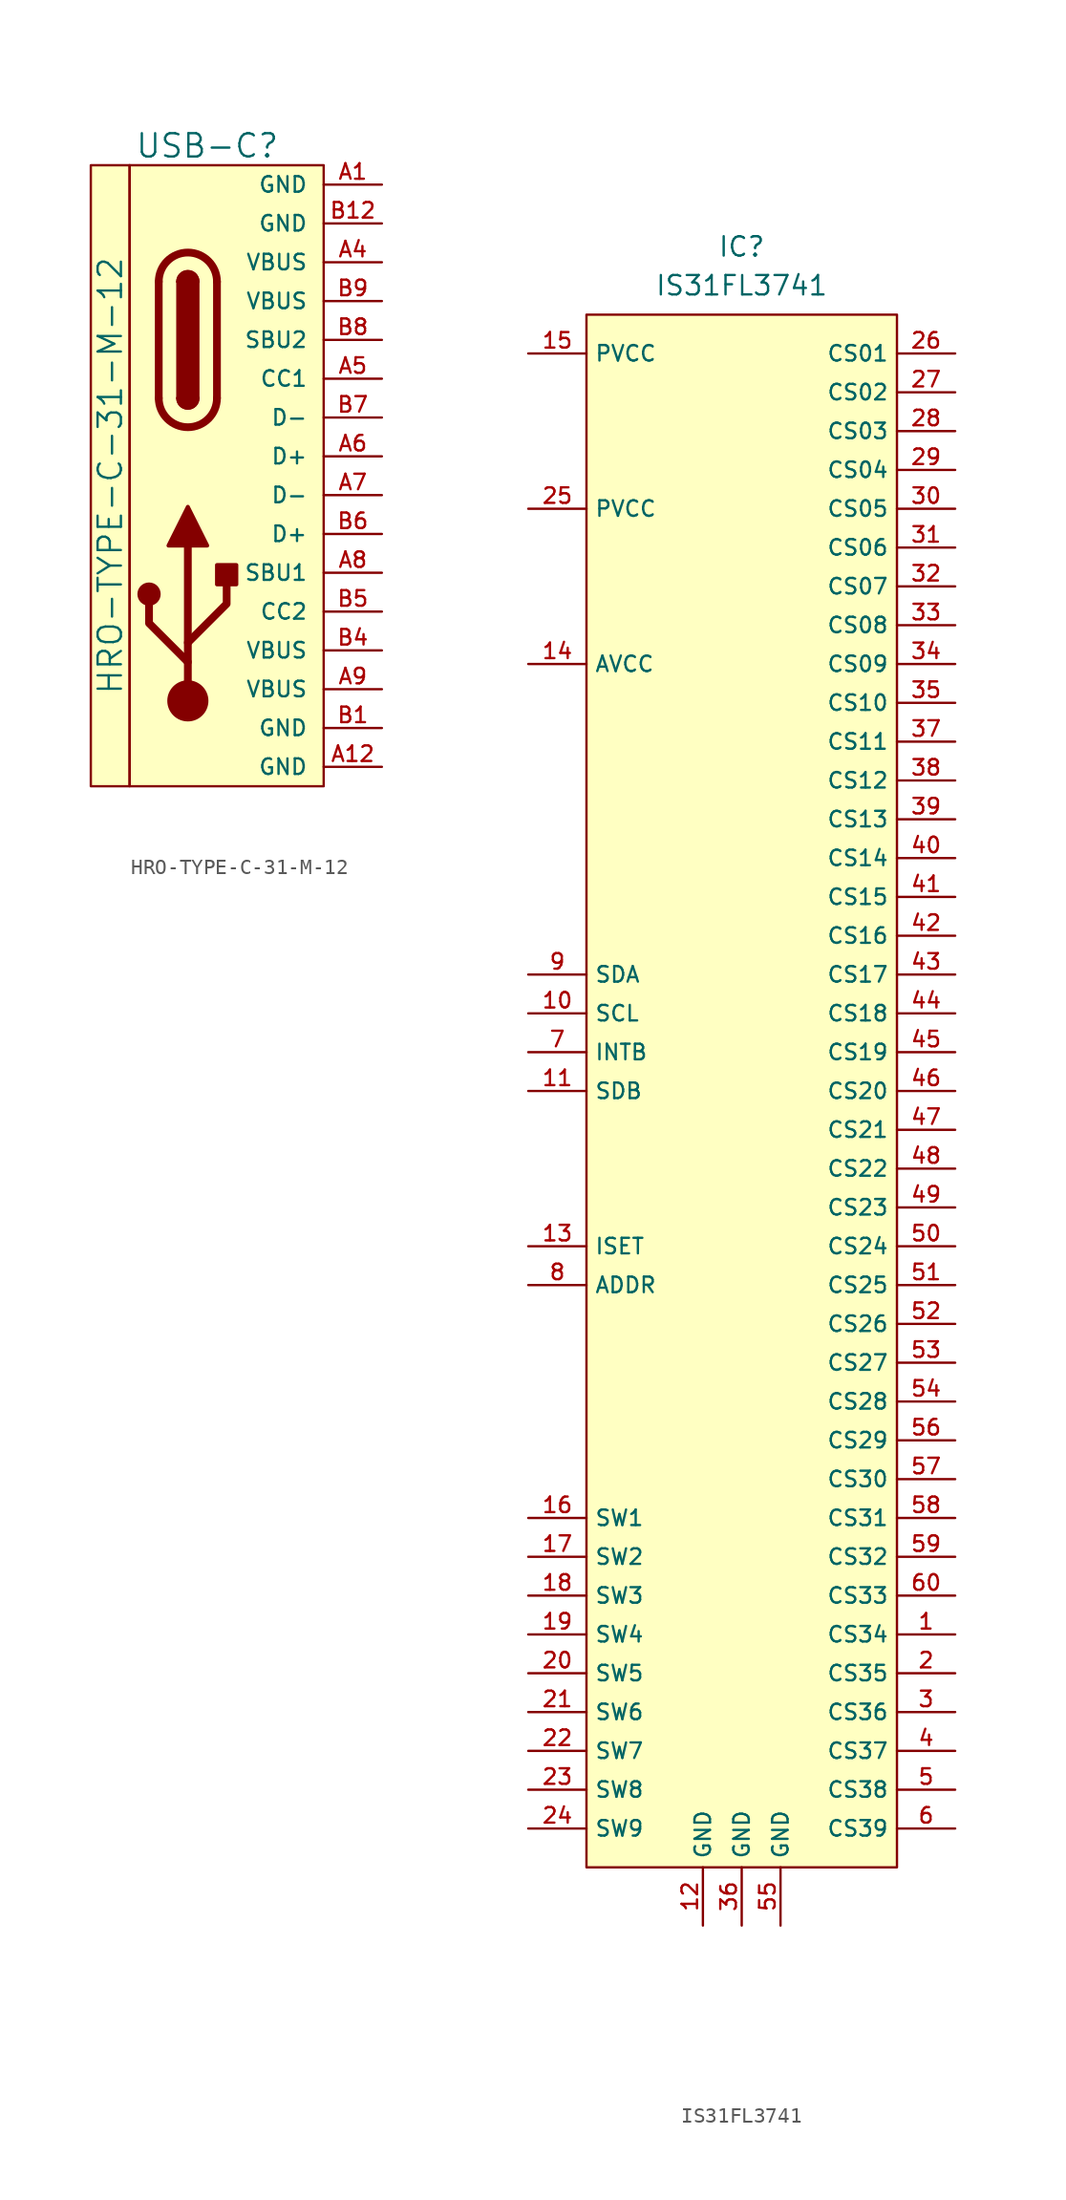
<source format=kicad_sym>
(kicad_symbol_lib
  (version 20211014)
  (generator kicad_symbol_editor)
  (symbol "HRO-TYPE-C-31-M-12"
    (pin_names
      (offset 1.016))
    (property "Reference" "USB-C"
      (at 0 21.59 0)
      (effects (font (size 1.524 1.524))))
    (property "Value" "HRO-TYPE-C-31-M-12"
      (at -6.35 0 90)
      (effects (font (size 1.524 1.524))))
    (symbol "HRO-TYPE-C-31-M-12_0_1"
      (rectangle (start -7.62 20.32) (end -5.08 -20.32) (stroke (width 0) (type default) (color 0 0 0 0)) (fill (type background)))
      (rectangle (start -5.08 20.32) (end 7.62 -20.32) (stroke (width 0) (type default) (color 0 0 0 0)) (fill (type background)))
      (arc (start -3.175 5.08) (mid -1.27 3.175) (end 0.635 5.08) (stroke (width 0.508) (type default) (color 0 0 0 0)) (fill (type none)))
      (arc (start -1.905 5.08) (mid -1.27 4.445) (end -0.635 5.08) (stroke (width 0.254) (type default) (color 0 0 0 0)) (fill (type none)))
      (arc (start -1.905 5.08) (mid -1.27 4.445) (end -0.635 5.08) (stroke (width 0.254) (type default) (color 0 0 0 0)) (fill (type outline)))
      (rectangle (start -1.905 5.08) (end -0.635 12.7) (stroke (width 0.254) (type default) (color 0 0 0 0)) (fill (type outline)))
      (arc (start -0.635 12.7) (mid -1.27 13.335) (end -1.905 12.7) (stroke (width 0.254) (type default) (color 0 0 0 0)) (fill (type none)))
      (arc (start -0.635 12.7) (mid -1.27 13.335) (end -1.905 12.7) (stroke (width 0.254) (type default) (color 0 0 0 0)) (fill (type outline)))
      (polyline (pts (xy -3.175 5.08) (xy -3.175 12.7)) (stroke (width 0.508) (type default) (color 0 0 0 0)) (fill (type none)))
      (polyline (pts (xy 0.635 12.7) (xy 0.635 5.08)) (stroke (width 0.508) (type default) (color 0 0 0 0)) (fill (type none)))
      (arc (start 0.635 12.7) (mid -1.27 14.605) (end -3.175 12.7) (stroke (width 0.508) (type default) (color 0 0 0 0)) (fill (type none))))
    (symbol "HRO-TYPE-C-31-M-12_1_1"
      (circle (center -3.81 -7.747) (radius 0.635) (stroke (width 0.254) (type default) (color 0 0 0 0)) (fill (type outline)))
      (circle (center -1.27 -14.732) (radius 1.27) (stroke (width 0) (type default) (color 0 0 0 0)) (fill (type outline)))
      (polyline (pts (xy -1.27 -14.732) (xy -1.27 -4.572)) (stroke (width 0.508) (type default) (color 0 0 0 0)) (fill (type none)))
      (polyline (pts (xy -1.27 -12.192) (xy -3.81 -9.652) (xy -3.81 -8.382)) (stroke (width 0.508) (type default) (color 0 0 0 0)) (fill (type none)))
      (polyline (pts (xy -1.27 -10.922) (xy 1.27 -8.382) (xy 1.27 -7.112)) (stroke (width 0.508) (type default) (color 0 0 0 0)) (fill (type none)))
      (polyline (pts (xy -2.54 -4.572) (xy -1.27 -2.032) (xy 0 -4.572) (xy -2.54 -4.572)) (stroke (width 0.254) (type default) (color 0 0 0 0)) (fill (type outline)))
      (rectangle (start 0.635 -7.112) (end 1.905 -5.842) (stroke (width 0.254) (type default) (color 0 0 0 0)) (fill (type outline)))
      (pin power_out line (at 11.43 19.05 180) (length 3.81) (name "GND" (effects (font (size 1.016 1.016)))) (number "A1" (effects (font (size 1.016 1.016)))))
      (pin power_out line (at 11.43 -19.05 180) (length 3.81) (name "GND" (effects (font (size 1.016 1.016)))) (number "A12" (effects (font (size 1.016 1.016)))))
      (pin power_out line (at 11.43 13.97 180) (length 3.81) (name "VBUS" (effects (font (size 1.016 1.016)))) (number "A4" (effects (font (size 1.016 1.016)))))
      (pin bidirectional line (at 11.43 6.35 180) (length 3.81) (name "CC1" (effects (font (size 1.016 1.016)))) (number "A5" (effects (font (size 1.016 1.016)))))
      (pin bidirectional line (at 11.43 1.27 180) (length 3.81) (name "D+" (effects (font (size 1.016 1.016)))) (number "A6" (effects (font (size 1.016 1.016)))))
      (pin bidirectional line (at 11.43 -1.27 180) (length 3.81) (name "D-" (effects (font (size 1.016 1.016)))) (number "A7" (effects (font (size 1.016 1.016)))))
      (pin bidirectional line (at 11.43 -6.35 180) (length 3.81) (name "SBU1" (effects (font (size 1.016 1.016)))) (number "A8" (effects (font (size 1.016 1.016)))))
      (pin power_out line (at 11.43 -13.97 180) (length 3.81) (name "VBUS" (effects (font (size 1.016 1.016)))) (number "A9" (effects (font (size 1.016 1.016)))))
      (pin power_out line (at 11.43 -16.51 180) (length 3.81) (name "GND" (effects (font (size 1.016 1.016)))) (number "B1" (effects (font (size 1.016 1.016)))))
      (pin power_out line (at 11.43 16.51 180) (length 3.81) (name "GND" (effects (font (size 1.016 1.016)))) (number "B12" (effects (font (size 1.016 1.016)))))
      (pin power_out line (at 11.43 -11.43 180) (length 3.81) (name "VBUS" (effects (font (size 1.016 1.016)))) (number "B4" (effects (font (size 1.016 1.016)))))
      (pin bidirectional line (at 11.43 -8.89 180) (length 3.81) (name "CC2" (effects (font (size 1.016 1.016)))) (number "B5" (effects (font (size 1.016 1.016)))))
      (pin bidirectional line (at 11.43 -3.81 180) (length 3.81) (name "D+" (effects (font (size 1.016 1.016)))) (number "B6" (effects (font (size 1.016 1.016)))))
      (pin bidirectional line (at 11.43 3.81 180) (length 3.81) (name "D-" (effects (font (size 1.016 1.016)))) (number "B7" (effects (font (size 1.016 1.016)))))
      (pin bidirectional line (at 11.43 8.89 180) (length 3.81) (name "SBU2" (effects (font (size 1.016 1.016)))) (number "B8" (effects (font (size 1.016 1.016)))))
      (pin power_out line (at 11.43 11.43 180) (length 3.81) (name "VBUS" (effects (font (size 1.016 1.016)))) (number "B9" (effects (font (size 1.016 1.016)))))))
  (symbol "IS31FL3741"
    (property "Reference" "IC"
      (at 0 55.245 0)
      (effects (font (size 1.27 1.27))))
    (property "Value" "IS31FL3741"
      (at 0 52.705 0)
      (effects (font (size 1.27 1.27))))
    (symbol "IS31FL3741_0_0"
      (rectangle (start -10.16 50.8) (end 10.16 -50.8) (stroke (width 0) (type default) (color 0 0 0 0)) (fill (type background))))
    (symbol "IS31FL3741_1_1"
      (pin output line (at 13.97 -35.56 180) (length 3.81) (name "CS34" (effects (font (size 1.016 1.016)))) (number "1" (effects (font (size 1.016 1.016)))))
      (pin input line (at -13.97 5.08 0) (length 3.81) (name "SCL" (effects (font (size 1.016 1.016)))) (number "10" (effects (font (size 1.016 1.016)))))
      (pin input line (at -13.97 0 0) (length 3.81) (name "SDB" (effects (font (size 1.016 1.016)))) (number "11" (effects (font (size 1.016 1.016)))))
      (pin power_in line (at -2.54 -54.61 90) (length 3.81) (name "GND" (effects (font (size 1.016 1.016)))) (number "12" (effects (font (size 1.016 1.016)))))
      (pin input line (at -13.97 -10.16 0) (length 3.81) (name "ISET" (effects (font (size 1.016 1.016)))) (number "13" (effects (font (size 1.016 1.016)))))
      (pin power_in line (at -13.97 27.94 0) (length 3.81) (name "AVCC" (effects (font (size 1.016 1.016)))) (number "14" (effects (font (size 1.016 1.016)))))
      (pin power_in line (at -13.97 48.26 0) (length 3.81) (name "PVCC" (effects (font (size 1.016 1.016)))) (number "15" (effects (font (size 1.016 1.016)))))
      (pin input line (at -13.97 -27.94 0) (length 3.81) (name "SW1" (effects (font (size 1.016 1.016)))) (number "16" (effects (font (size 1.016 1.016)))))
      (pin input line (at -13.97 -30.48 0) (length 3.81) (name "SW2" (effects (font (size 1.016 1.016)))) (number "17" (effects (font (size 1.016 1.016)))))
      (pin input line (at -13.97 -33.02 0) (length 3.81) (name "SW3" (effects (font (size 1.016 1.016)))) (number "18" (effects (font (size 1.016 1.016)))))
      (pin input line (at -13.97 -35.56 0) (length 3.81) (name "SW4" (effects (font (size 1.016 1.016)))) (number "19" (effects (font (size 1.016 1.016)))))
      (pin output line (at 13.97 -38.1 180) (length 3.81) (name "CS35" (effects (font (size 1.016 1.016)))) (number "2" (effects (font (size 1.016 1.016)))))
      (pin input line (at -13.97 -38.1 0) (length 3.81) (name "SW5" (effects (font (size 1.016 1.016)))) (number "20" (effects (font (size 1.016 1.016)))))
      (pin input line (at -13.97 -40.64 0) (length 3.81) (name "SW6" (effects (font (size 1.016 1.016)))) (number "21" (effects (font (size 1.016 1.016)))))
      (pin input line (at -13.97 -43.18 0) (length 3.81) (name "SW7" (effects (font (size 1.016 1.016)))) (number "22" (effects (font (size 1.016 1.016)))))
      (pin input line (at -13.97 -45.72 0) (length 3.81) (name "SW8" (effects (font (size 1.016 1.016)))) (number "23" (effects (font (size 1.016 1.016)))))
      (pin input line (at -13.97 -48.26 0) (length 3.81) (name "SW9" (effects (font (size 1.016 1.016)))) (number "24" (effects (font (size 1.016 1.016)))))
      (pin power_in line (at -13.97 38.1 0) (length 3.81) (name "PVCC" (effects (font (size 1.016 1.016)))) (number "25" (effects (font (size 1.016 1.016)))))
      (pin output line (at 13.97 48.26 180) (length 3.81) (name "CS01" (effects (font (size 1.016 1.016)))) (number "26" (effects (font (size 1.016 1.016)))))
      (pin output line (at 13.97 45.72 180) (length 3.81) (name "CS02" (effects (font (size 1.016 1.016)))) (number "27" (effects (font (size 1.016 1.016)))))
      (pin output line (at 13.97 43.18 180) (length 3.81) (name "CS03" (effects (font (size 1.016 1.016)))) (number "28" (effects (font (size 1.016 1.016)))))
      (pin output line (at 13.97 40.64 180) (length 3.81) (name "CS04" (effects (font (size 1.016 1.016)))) (number "29" (effects (font (size 1.016 1.016)))))
      (pin output line (at 13.97 -40.64 180) (length 3.81) (name "CS36" (effects (font (size 1.016 1.016)))) (number "3" (effects (font (size 1.016 1.016)))))
      (pin output line (at 13.97 38.1 180) (length 3.81) (name "CS05" (effects (font (size 1.016 1.016)))) (number "30" (effects (font (size 1.016 1.016)))))
      (pin output line (at 13.97 35.56 180) (length 3.81) (name "CS06" (effects (font (size 1.016 1.016)))) (number "31" (effects (font (size 1.016 1.016)))))
      (pin output line (at 13.97 33.02 180) (length 3.81) (name "CS07" (effects (font (size 1.016 1.016)))) (number "32" (effects (font (size 1.016 1.016)))))
      (pin output line (at 13.97 30.48 180) (length 3.81) (name "CS08" (effects (font (size 1.016 1.016)))) (number "33" (effects (font (size 1.016 1.016)))))
      (pin output line (at 13.97 27.94 180) (length 3.81) (name "CS09" (effects (font (size 1.016 1.016)))) (number "34" (effects (font (size 1.016 1.016)))))
      (pin output line (at 13.97 25.4 180) (length 3.81) (name "CS10" (effects (font (size 1.016 1.016)))) (number "35" (effects (font (size 1.016 1.016)))))
      (pin power_in line (at 0 -54.61 90) (length 3.81) (name "GND" (effects (font (size 1.016 1.016)))) (number "36" (effects (font (size 1.016 1.016)))))
      (pin output line (at 13.97 22.86 180) (length 3.81) (name "CS11" (effects (font (size 1.016 1.016)))) (number "37" (effects (font (size 1.016 1.016)))))
      (pin output line (at 13.97 20.32 180) (length 3.81) (name "CS12" (effects (font (size 1.016 1.016)))) (number "38" (effects (font (size 1.016 1.016)))))
      (pin output line (at 13.97 17.78 180) (length 3.81) (name "CS13" (effects (font (size 1.016 1.016)))) (number "39" (effects (font (size 1.016 1.016)))))
      (pin output line (at 13.97 -43.18 180) (length 3.81) (name "CS37" (effects (font (size 1.016 1.016)))) (number "4" (effects (font (size 1.016 1.016)))))
      (pin output line (at 13.97 15.24 180) (length 3.81) (name "CS14" (effects (font (size 1.016 1.016)))) (number "40" (effects (font (size 1.016 1.016)))))
      (pin output line (at 13.97 12.7 180) (length 3.81) (name "CS15" (effects (font (size 1.016 1.016)))) (number "41" (effects (font (size 1.016 1.016)))))
      (pin output line (at 13.97 10.16 180) (length 3.81) (name "CS16" (effects (font (size 1.016 1.016)))) (number "42" (effects (font (size 1.016 1.016)))))
      (pin output line (at 13.97 7.62 180) (length 3.81) (name "CS17" (effects (font (size 1.016 1.016)))) (number "43" (effects (font (size 1.016 1.016)))))
      (pin output line (at 13.97 5.08 180) (length 3.81) (name "CS18" (effects (font (size 1.016 1.016)))) (number "44" (effects (font (size 1.016 1.016)))))
      (pin output line (at 13.97 2.54 180) (length 3.81) (name "CS19" (effects (font (size 1.016 1.016)))) (number "45" (effects (font (size 1.016 1.016)))))
      (pin output line (at 13.97 0 180) (length 3.81) (name "CS20" (effects (font (size 1.016 1.016)))) (number "46" (effects (font (size 1.016 1.016)))))
      (pin output line (at 13.97 -2.54 180) (length 3.81) (name "CS21" (effects (font (size 1.016 1.016)))) (number "47" (effects (font (size 1.016 1.016)))))
      (pin output line (at 13.97 -5.08 180) (length 3.81) (name "CS22" (effects (font (size 1.016 1.016)))) (number "48" (effects (font (size 1.016 1.016)))))
      (pin output line (at 13.97 -7.62 180) (length 3.81) (name "CS23" (effects (font (size 1.016 1.016)))) (number "49" (effects (font (size 1.016 1.016)))))
      (pin output line (at 13.97 -45.72 180) (length 3.81) (name "CS38" (effects (font (size 1.016 1.016)))) (number "5" (effects (font (size 1.016 1.016)))))
      (pin output line (at 13.97 -10.16 180) (length 3.81) (name "CS24" (effects (font (size 1.016 1.016)))) (number "50" (effects (font (size 1.016 1.016)))))
      (pin output line (at 13.97 -12.7 180) (length 3.81) (name "CS25" (effects (font (size 1.016 1.016)))) (number "51" (effects (font (size 1.016 1.016)))))
      (pin output line (at 13.97 -15.24 180) (length 3.81) (name "CS26" (effects (font (size 1.016 1.016)))) (number "52" (effects (font (size 1.016 1.016)))))
      (pin output line (at 13.97 -17.78 180) (length 3.81) (name "CS27" (effects (font (size 1.016 1.016)))) (number "53" (effects (font (size 1.016 1.016)))))
      (pin output line (at 13.97 -20.32 180) (length 3.81) (name "CS28" (effects (font (size 1.016 1.016)))) (number "54" (effects (font (size 1.016 1.016)))))
      (pin power_in line (at 2.54 -54.61 90) (length 3.81) (name "GND" (effects (font (size 1.016 1.016)))) (number "55" (effects (font (size 1.016 1.016)))))
      (pin output line (at 13.97 -22.86 180) (length 3.81) (name "CS29" (effects (font (size 1.016 1.016)))) (number "56" (effects (font (size 1.016 1.016)))))
      (pin output line (at 13.97 -25.4 180) (length 3.81) (name "CS30" (effects (font (size 1.016 1.016)))) (number "57" (effects (font (size 1.016 1.016)))))
      (pin output line (at 13.97 -27.94 180) (length 3.81) (name "CS31" (effects (font (size 1.016 1.016)))) (number "58" (effects (font (size 1.016 1.016)))))
      (pin output line (at 13.97 -30.48 180) (length 3.81) (name "CS32" (effects (font (size 1.016 1.016)))) (number "59" (effects (font (size 1.016 1.016)))))
      (pin output line (at 13.97 -48.26 180) (length 3.81) (name "CS39" (effects (font (size 1.016 1.016)))) (number "6" (effects (font (size 1.016 1.016)))))
      (pin output line (at 13.97 -33.02 180) (length 3.81) (name "CS33" (effects (font (size 1.016 1.016)))) (number "60" (effects (font (size 1.016 1.016)))))
      (pin passive line (at -13.97 17.78 0) (length 3.81) hide (name "ThermalPad" (effects (font (size 1.016 1.016)))) (number "61" (effects (font (size 1.016 1.016)))))
      (pin input line (at -13.97 2.54 0) (length 3.81) (name "INTB" (effects (font (size 1.016 1.016)))) (number "7" (effects (font (size 1.016 1.016)))))
      (pin input line (at -13.97 -12.7 0) (length 3.81) (name "ADDR" (effects (font (size 1.016 1.016)))) (number "8" (effects (font (size 1.016 1.016)))))
      (pin input line (at -13.97 7.62 0) (length 3.81) (name "SDA" (effects (font (size 1.016 1.016)))) (number "9" (effects (font (size 1.016 1.016))))))))
</source>
